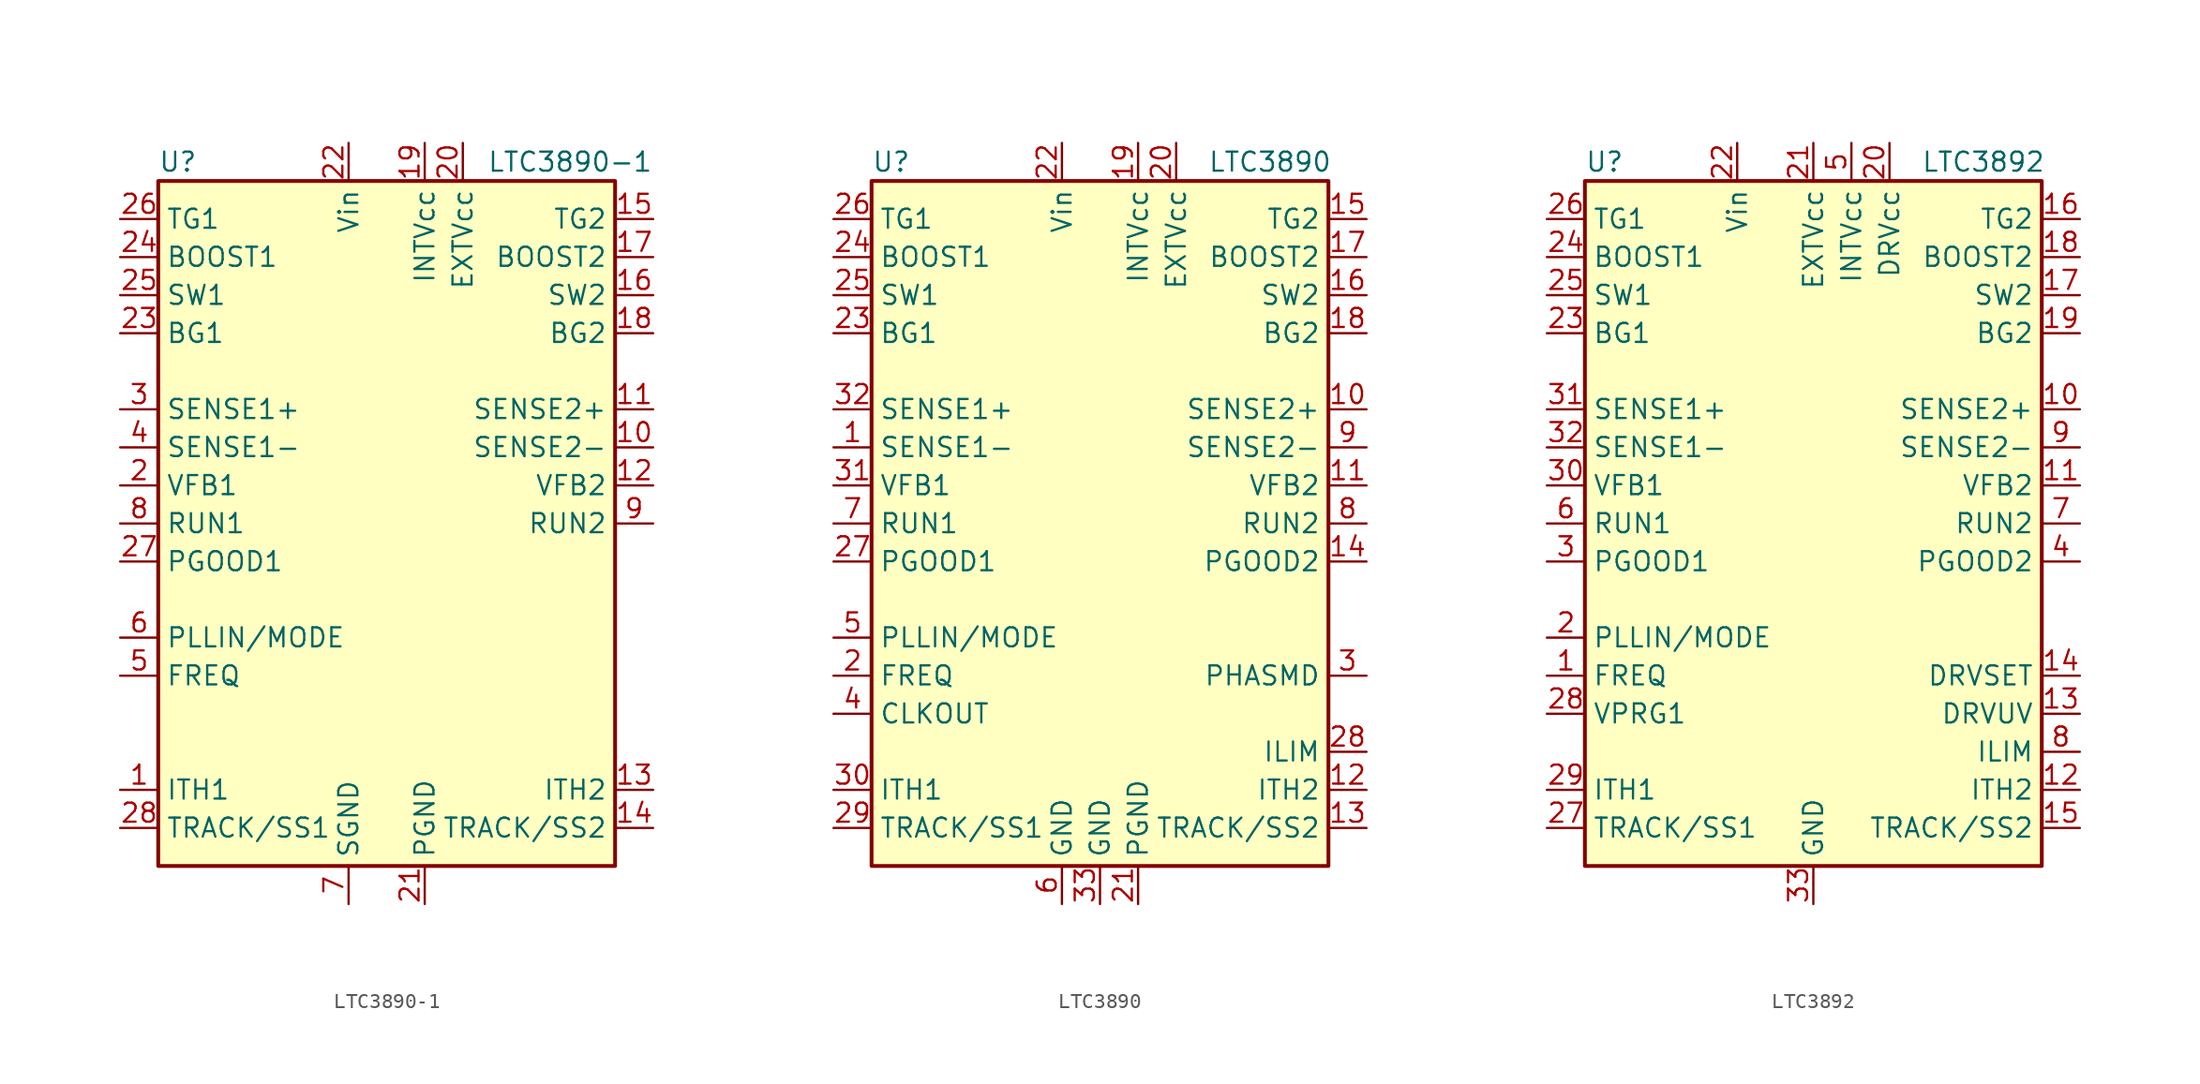
<source format=kicad_sym>
(kicad_symbol_lib
  (version 20201005)
  (generator kicad_symbol_editor)
  (symbol "Regulator_Controller:LTC3890-1"
    (property "Reference" "U"
      (at -15.24 24.13 0)
      (effects (font (size 1.27 1.27)) (justify left)))
    (property "Value" "LTC3890-1"
      (at 17.78 24.13 0)
      (effects (font (size 1.27 1.27)) (justify right)))
    (symbol "LTC3890-1_0_1"
      (rectangle (start -15.24 22.86) (end 15.24 -22.86) (stroke (width 0.254)) (fill (type background))))
    (symbol "LTC3890-1_1_1"
      (pin passive line (at -17.78 -17.78 0) (length 2.54) (name "ITH1" (effects (font (size 1.27 1.27)))) (number "1" (effects (font (size 1.27 1.27)))))
      (pin input line (at 17.78 5.08 180) (length 2.54) (name "SENSE2-" (effects (font (size 1.27 1.27)))) (number "10" (effects (font (size 1.27 1.27)))))
      (pin input line (at 17.78 7.62 180) (length 2.54) (name "SENSE2+" (effects (font (size 1.27 1.27)))) (number "11" (effects (font (size 1.27 1.27)))))
      (pin input line (at 17.78 2.54 180) (length 2.54) (name "VFB2" (effects (font (size 1.27 1.27)))) (number "12" (effects (font (size 1.27 1.27)))))
      (pin passive line (at 17.78 -17.78 180) (length 2.54) (name "ITH2" (effects (font (size 1.27 1.27)))) (number "13" (effects (font (size 1.27 1.27)))))
      (pin input line (at 17.78 -20.32 180) (length 2.54) (name "TRACK/SS2" (effects (font (size 1.27 1.27)))) (number "14" (effects (font (size 1.27 1.27)))))
      (pin output line (at 17.78 20.32 180) (length 2.54) (name "TG2" (effects (font (size 1.27 1.27)))) (number "15" (effects (font (size 1.27 1.27)))))
      (pin output line (at 17.78 15.24 180) (length 2.54) (name "SW2" (effects (font (size 1.27 1.27)))) (number "16" (effects (font (size 1.27 1.27)))))
      (pin output line (at 17.78 17.78 180) (length 2.54) (name "BOOST2" (effects (font (size 1.27 1.27)))) (number "17" (effects (font (size 1.27 1.27)))))
      (pin output line (at 17.78 12.7 180) (length 2.54) (name "BG2" (effects (font (size 1.27 1.27)))) (number "18" (effects (font (size 1.27 1.27)))))
      (pin power_out line (at 2.54 25.4 270) (length 2.54) (name "INTVcc" (effects (font (size 1.27 1.27)))) (number "19" (effects (font (size 1.27 1.27)))))
      (pin input line (at -17.78 2.54 0) (length 2.54) (name "VFB1" (effects (font (size 1.27 1.27)))) (number "2" (effects (font (size 1.27 1.27)))))
      (pin power_in line (at 5.08 25.4 270) (length 2.54) (name "EXTVcc" (effects (font (size 1.27 1.27)))) (number "20" (effects (font (size 1.27 1.27)))))
      (pin power_in line (at 2.54 -25.4 90) (length 2.54) (name "PGND" (effects (font (size 1.27 1.27)))) (number "21" (effects (font (size 1.27 1.27)))))
      (pin power_in line (at -2.54 25.4 270) (length 2.54) (name "Vin" (effects (font (size 1.27 1.27)))) (number "22" (effects (font (size 1.27 1.27)))))
      (pin output line (at -17.78 12.7 0) (length 2.54) (name "BG1" (effects (font (size 1.27 1.27)))) (number "23" (effects (font (size 1.27 1.27)))))
      (pin output line (at -17.78 17.78 0) (length 2.54) (name "BOOST1" (effects (font (size 1.27 1.27)))) (number "24" (effects (font (size 1.27 1.27)))))
      (pin output line (at -17.78 15.24 0) (length 2.54) (name "SW1" (effects (font (size 1.27 1.27)))) (number "25" (effects (font (size 1.27 1.27)))))
      (pin output line (at -17.78 20.32 0) (length 2.54) (name "TG1" (effects (font (size 1.27 1.27)))) (number "26" (effects (font (size 1.27 1.27)))))
      (pin output line (at -17.78 -2.54 0) (length 2.54) (name "PGOOD1" (effects (font (size 1.27 1.27)))) (number "27" (effects (font (size 1.27 1.27)))))
      (pin input line (at -17.78 -20.32 0) (length 2.54) (name "TRACK/SS1" (effects (font (size 1.27 1.27)))) (number "28" (effects (font (size 1.27 1.27)))))
      (pin input line (at -17.78 7.62 0) (length 2.54) (name "SENSE1+" (effects (font (size 1.27 1.27)))) (number "3" (effects (font (size 1.27 1.27)))))
      (pin input line (at -17.78 5.08 0) (length 2.54) (name "SENSE1-" (effects (font (size 1.27 1.27)))) (number "4" (effects (font (size 1.27 1.27)))))
      (pin input line (at -17.78 -10.16 0) (length 2.54) (name "FREQ" (effects (font (size 1.27 1.27)))) (number "5" (effects (font (size 1.27 1.27)))))
      (pin input line (at -17.78 -7.62 0) (length 2.54) (name "PLLIN/MODE" (effects (font (size 1.27 1.27)))) (number "6" (effects (font (size 1.27 1.27)))))
      (pin power_in line (at -2.54 -25.4 90) (length 2.54) (name "SGND" (effects (font (size 1.27 1.27)))) (number "7" (effects (font (size 1.27 1.27)))))
      (pin input line (at -17.78 0 0) (length 2.54) (name "RUN1" (effects (font (size 1.27 1.27)))) (number "8" (effects (font (size 1.27 1.27)))))
      (pin input line (at 17.78 0 180) (length 2.54) (name "RUN2" (effects (font (size 1.27 1.27)))) (number "9" (effects (font (size 1.27 1.27)))))))
  (symbol "Regulator_Controller:LTC3890"
    (property "Reference" "U"
      (at -15.24 24.13 0)
      (effects (font (size 1.27 1.27)) (justify left)))
    (property "Value" "LTC3890"
      (at 15.494 24.13 0)
      (effects (font (size 1.27 1.27)) (justify right)))
    (symbol "LTC3890_0_1"
      (rectangle (start -15.24 22.86) (end 15.24 -22.86) (stroke (width 0.254)) (fill (type background))))
    (symbol "LTC3890_1_1"
      (pin input line (at -17.78 5.08 0) (length 2.54) (name "SENSE1-" (effects (font (size 1.27 1.27)))) (number "1" (effects (font (size 1.27 1.27)))))
      (pin input line (at 17.78 7.62 180) (length 2.54) (name "SENSE2+" (effects (font (size 1.27 1.27)))) (number "10" (effects (font (size 1.27 1.27)))))
      (pin input line (at 17.78 2.54 180) (length 2.54) (name "VFB2" (effects (font (size 1.27 1.27)))) (number "11" (effects (font (size 1.27 1.27)))))
      (pin passive line (at 17.78 -17.78 180) (length 2.54) (name "ITH2" (effects (font (size 1.27 1.27)))) (number "12" (effects (font (size 1.27 1.27)))))
      (pin input line (at 17.78 -20.32 180) (length 2.54) (name "TRACK/SS2" (effects (font (size 1.27 1.27)))) (number "13" (effects (font (size 1.27 1.27)))))
      (pin output line (at 17.78 -2.54 180) (length 2.54) (name "PGOOD2" (effects (font (size 1.27 1.27)))) (number "14" (effects (font (size 1.27 1.27)))))
      (pin output line (at 17.78 20.32 180) (length 2.54) (name "TG2" (effects (font (size 1.27 1.27)))) (number "15" (effects (font (size 1.27 1.27)))))
      (pin output line (at 17.78 15.24 180) (length 2.54) (name "SW2" (effects (font (size 1.27 1.27)))) (number "16" (effects (font (size 1.27 1.27)))))
      (pin output line (at 17.78 17.78 180) (length 2.54) (name "BOOST2" (effects (font (size 1.27 1.27)))) (number "17" (effects (font (size 1.27 1.27)))))
      (pin output line (at 17.78 12.7 180) (length 2.54) (name "BG2" (effects (font (size 1.27 1.27)))) (number "18" (effects (font (size 1.27 1.27)))))
      (pin power_out line (at 2.54 25.4 270) (length 2.54) (name "INTVcc" (effects (font (size 1.27 1.27)))) (number "19" (effects (font (size 1.27 1.27)))))
      (pin input line (at -17.78 -10.16 0) (length 2.54) (name "FREQ" (effects (font (size 1.27 1.27)))) (number "2" (effects (font (size 1.27 1.27)))))
      (pin power_in line (at 5.08 25.4 270) (length 2.54) (name "EXTVcc" (effects (font (size 1.27 1.27)))) (number "20" (effects (font (size 1.27 1.27)))))
      (pin power_in line (at 2.54 -25.4 90) (length 2.54) (name "PGND" (effects (font (size 1.27 1.27)))) (number "21" (effects (font (size 1.27 1.27)))))
      (pin power_in line (at -2.54 25.4 270) (length 2.54) (name "Vin" (effects (font (size 1.27 1.27)))) (number "22" (effects (font (size 1.27 1.27)))))
      (pin output line (at -17.78 12.7 0) (length 2.54) (name "BG1" (effects (font (size 1.27 1.27)))) (number "23" (effects (font (size 1.27 1.27)))))
      (pin output line (at -17.78 17.78 0) (length 2.54) (name "BOOST1" (effects (font (size 1.27 1.27)))) (number "24" (effects (font (size 1.27 1.27)))))
      (pin output line (at -17.78 15.24 0) (length 2.54) (name "SW1" (effects (font (size 1.27 1.27)))) (number "25" (effects (font (size 1.27 1.27)))))
      (pin output line (at -17.78 20.32 0) (length 2.54) (name "TG1" (effects (font (size 1.27 1.27)))) (number "26" (effects (font (size 1.27 1.27)))))
      (pin output line (at -17.78 -2.54 0) (length 2.54) (name "PGOOD1" (effects (font (size 1.27 1.27)))) (number "27" (effects (font (size 1.27 1.27)))))
      (pin input line (at 17.78 -15.24 180) (length 2.54) (name "ILIM" (effects (font (size 1.27 1.27)))) (number "28" (effects (font (size 1.27 1.27)))))
      (pin input line (at -17.78 -20.32 0) (length 2.54) (name "TRACK/SS1" (effects (font (size 1.27 1.27)))) (number "29" (effects (font (size 1.27 1.27)))))
      (pin input line (at 17.78 -10.16 180) (length 2.54) (name "PHASMD" (effects (font (size 1.27 1.27)))) (number "3" (effects (font (size 1.27 1.27)))))
      (pin passive line (at -17.78 -17.78 0) (length 2.54) (name "ITH1" (effects (font (size 1.27 1.27)))) (number "30" (effects (font (size 1.27 1.27)))))
      (pin input line (at -17.78 2.54 0) (length 2.54) (name "VFB1" (effects (font (size 1.27 1.27)))) (number "31" (effects (font (size 1.27 1.27)))))
      (pin input line (at -17.78 7.62 0) (length 2.54) (name "SENSE1+" (effects (font (size 1.27 1.27)))) (number "32" (effects (font (size 1.27 1.27)))))
      (pin power_in line (at 0 -25.4 90) (length 2.54) (name "GND" (effects (font (size 1.27 1.27)))) (number "33" (effects (font (size 1.27 1.27)))))
      (pin output line (at -17.78 -12.7 0) (length 2.54) (name "CLKOUT" (effects (font (size 1.27 1.27)))) (number "4" (effects (font (size 1.27 1.27)))))
      (pin input line (at -17.78 -7.62 0) (length 2.54) (name "PLLIN/MODE" (effects (font (size 1.27 1.27)))) (number "5" (effects (font (size 1.27 1.27)))))
      (pin power_in line (at -2.54 -25.4 90) (length 2.54) (name "GND" (effects (font (size 1.27 1.27)))) (number "6" (effects (font (size 1.27 1.27)))))
      (pin input line (at -17.78 0 0) (length 2.54) (name "RUN1" (effects (font (size 1.27 1.27)))) (number "7" (effects (font (size 1.27 1.27)))))
      (pin input line (at 17.78 0 180) (length 2.54) (name "RUN2" (effects (font (size 1.27 1.27)))) (number "8" (effects (font (size 1.27 1.27)))))
      (pin input line (at 17.78 5.08 180) (length 2.54) (name "SENSE2-" (effects (font (size 1.27 1.27)))) (number "9" (effects (font (size 1.27 1.27)))))))
  (symbol "Regulator_Controller:LTC3892"
    (property "Reference" "U"
      (at -15.24 24.13 0)
      (effects (font (size 1.27 1.27)) (justify left)))
    (property "Value" "LTC3892"
      (at 15.494 24.13 0)
      (effects (font (size 1.27 1.27)) (justify right)))
    (symbol "LTC3892_0_1"
      (rectangle (start -15.24 22.86) (end 15.24 -22.86) (stroke (width 0.254)) (fill (type background))))
    (symbol "LTC3892_1_1"
      (pin input line (at -17.78 -10.16 0) (length 2.54) (name "FREQ" (effects (font (size 1.27 1.27)))) (number "1" (effects (font (size 1.27 1.27)))))
      (pin input line (at 17.78 7.62 180) (length 2.54) (name "SENSE2+" (effects (font (size 1.27 1.27)))) (number "10" (effects (font (size 1.27 1.27)))))
      (pin input line (at 17.78 2.54 180) (length 2.54) (name "VFB2" (effects (font (size 1.27 1.27)))) (number "11" (effects (font (size 1.27 1.27)))))
      (pin passive line (at 17.78 -17.78 180) (length 2.54) (name "ITH2" (effects (font (size 1.27 1.27)))) (number "12" (effects (font (size 1.27 1.27)))))
      (pin input line (at 17.78 -12.7 180) (length 2.54) (name "DRVUV" (effects (font (size 1.27 1.27)))) (number "13" (effects (font (size 1.27 1.27)))))
      (pin input line (at 17.78 -10.16 180) (length 2.54) (name "DRVSET" (effects (font (size 1.27 1.27)))) (number "14" (effects (font (size 1.27 1.27)))))
      (pin input line (at 17.78 -20.32 180) (length 2.54) (name "TRACK/SS2" (effects (font (size 1.27 1.27)))) (number "15" (effects (font (size 1.27 1.27)))))
      (pin output line (at 17.78 20.32 180) (length 2.54) (name "TG2" (effects (font (size 1.27 1.27)))) (number "16" (effects (font (size 1.27 1.27)))))
      (pin output line (at 17.78 15.24 180) (length 2.54) (name "SW2" (effects (font (size 1.27 1.27)))) (number "17" (effects (font (size 1.27 1.27)))))
      (pin output line (at 17.78 17.78 180) (length 2.54) (name "BOOST2" (effects (font (size 1.27 1.27)))) (number "18" (effects (font (size 1.27 1.27)))))
      (pin output line (at 17.78 12.7 180) (length 2.54) (name "BG2" (effects (font (size 1.27 1.27)))) (number "19" (effects (font (size 1.27 1.27)))))
      (pin input line (at -17.78 -7.62 0) (length 2.54) (name "PLLIN/MODE" (effects (font (size 1.27 1.27)))) (number "2" (effects (font (size 1.27 1.27)))))
      (pin power_out line (at 5.08 25.4 270) (length 2.54) (name "DRVcc" (effects (font (size 1.27 1.27)))) (number "20" (effects (font (size 1.27 1.27)))))
      (pin power_in line (at 0 25.4 270) (length 2.54) (name "EXTVcc" (effects (font (size 1.27 1.27)))) (number "21" (effects (font (size 1.27 1.27)))))
      (pin power_in line (at -5.08 25.4 270) (length 2.54) (name "Vin" (effects (font (size 1.27 1.27)))) (number "22" (effects (font (size 1.27 1.27)))))
      (pin output line (at -17.78 12.7 0) (length 2.54) (name "BG1" (effects (font (size 1.27 1.27)))) (number "23" (effects (font (size 1.27 1.27)))))
      (pin output line (at -17.78 17.78 0) (length 2.54) (name "BOOST1" (effects (font (size 1.27 1.27)))) (number "24" (effects (font (size 1.27 1.27)))))
      (pin output line (at -17.78 15.24 0) (length 2.54) (name "SW1" (effects (font (size 1.27 1.27)))) (number "25" (effects (font (size 1.27 1.27)))))
      (pin output line (at -17.78 20.32 0) (length 2.54) (name "TG1" (effects (font (size 1.27 1.27)))) (number "26" (effects (font (size 1.27 1.27)))))
      (pin input line (at -17.78 -20.32 0) (length 2.54) (name "TRACK/SS1" (effects (font (size 1.27 1.27)))) (number "27" (effects (font (size 1.27 1.27)))))
      (pin passive line (at -17.78 -12.7 0) (length 2.54) (name "VPRG1" (effects (font (size 1.27 1.27)))) (number "28" (effects (font (size 1.27 1.27)))))
      (pin passive line (at -17.78 -17.78 0) (length 2.54) (name "ITH1" (effects (font (size 1.27 1.27)))) (number "29" (effects (font (size 1.27 1.27)))))
      (pin output line (at -17.78 -2.54 0) (length 2.54) (name "PGOOD1" (effects (font (size 1.27 1.27)))) (number "3" (effects (font (size 1.27 1.27)))))
      (pin input line (at -17.78 2.54 0) (length 2.54) (name "VFB1" (effects (font (size 1.27 1.27)))) (number "30" (effects (font (size 1.27 1.27)))))
      (pin input line (at -17.78 7.62 0) (length 2.54) (name "SENSE1+" (effects (font (size 1.27 1.27)))) (number "31" (effects (font (size 1.27 1.27)))))
      (pin input line (at -17.78 5.08 0) (length 2.54) (name "SENSE1-" (effects (font (size 1.27 1.27)))) (number "32" (effects (font (size 1.27 1.27)))))
      (pin power_in line (at 0 -25.4 90) (length 2.54) (name "GND" (effects (font (size 1.27 1.27)))) (number "33" (effects (font (size 1.27 1.27)))))
      (pin output line (at 17.78 -2.54 180) (length 2.54) (name "PGOOD2" (effects (font (size 1.27 1.27)))) (number "4" (effects (font (size 1.27 1.27)))))
      (pin power_out line (at 2.54 25.4 270) (length 2.54) (name "INTVcc" (effects (font (size 1.27 1.27)))) (number "5" (effects (font (size 1.27 1.27)))))
      (pin input line (at -17.78 0 0) (length 2.54) (name "RUN1" (effects (font (size 1.27 1.27)))) (number "6" (effects (font (size 1.27 1.27)))))
      (pin input line (at 17.78 0 180) (length 2.54) (name "RUN2" (effects (font (size 1.27 1.27)))) (number "7" (effects (font (size 1.27 1.27)))))
      (pin input line (at 17.78 -15.24 180) (length 2.54) (name "ILIM" (effects (font (size 1.27 1.27)))) (number "8" (effects (font (size 1.27 1.27)))))
      (pin input line (at 17.78 5.08 180) (length 2.54) (name "SENSE2-" (effects (font (size 1.27 1.27)))) (number "9" (effects (font (size 1.27 1.27))))))))
</source>
